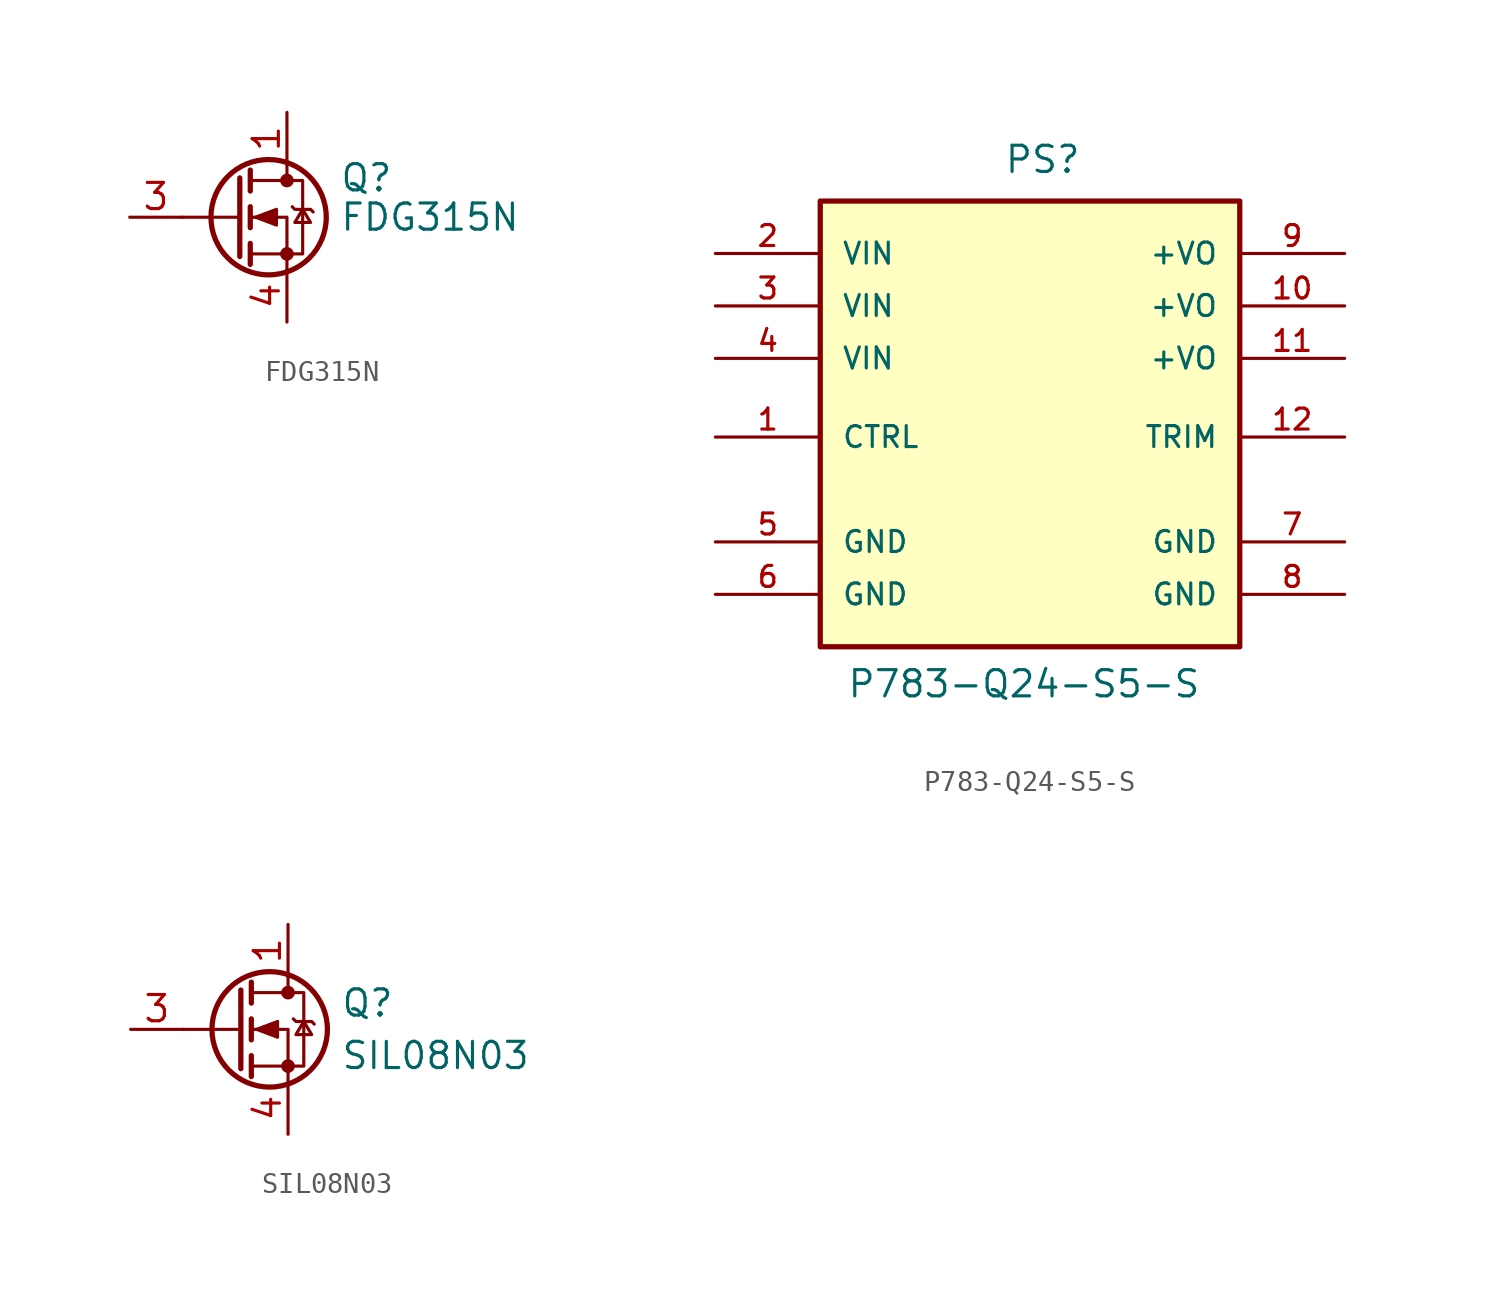
<source format=kicad_sym>
(kicad_symbol_lib
  (version 20211014)
  (generator kicad_symbol_editor)
  (symbol "FDG315N"
    (pin_names hide)
    (property "Reference" "Q"
      (at 5.08 1.905 0)
      (effects (font (size 1.27 1.27)) (justify left)))
    (property "Value" "FDG315N"
      (at 5.08 0 0)
      (effects (font (size 1.27 1.27)) (justify left)))
    (symbol "FDG315N_0_1"
      (polyline (pts (xy 0.254 0) (xy -2.54 0)) (stroke (width 0) (type default) (color 0 0 0 0)) (fill (type none)))
      (polyline (pts (xy 0.254 1.905) (xy 0.254 -1.905)) (stroke (width 0.254) (type default) (color 0 0 0 0)) (fill (type none)))
      (polyline (pts (xy 0.762 -1.27) (xy 0.762 -2.286)) (stroke (width 0.254) (type default) (color 0 0 0 0)) (fill (type none)))
      (polyline (pts (xy 0.762 0.508) (xy 0.762 -0.508)) (stroke (width 0.254) (type default) (color 0 0 0 0)) (fill (type none)))
      (polyline (pts (xy 0.762 2.286) (xy 0.762 1.27)) (stroke (width 0.254) (type default) (color 0 0 0 0)) (fill (type none)))
      (polyline (pts (xy 2.54 2.54) (xy 2.54 1.778)) (stroke (width 0) (type default) (color 0 0 0 0)) (fill (type none)))
      (polyline (pts (xy 2.54 -2.54) (xy 2.54 0) (xy 0.762 0)) (stroke (width 0) (type default) (color 0 0 0 0)) (fill (type none)))
      (polyline (pts (xy 0.762 -1.778) (xy 3.302 -1.778) (xy 3.302 1.778) (xy 0.762 1.778)) (stroke (width 0) (type default) (color 0 0 0 0)) (fill (type none)))
      (polyline (pts (xy 1.016 0) (xy 2.032 0.381) (xy 2.032 -0.381) (xy 1.016 0)) (stroke (width 0) (type default) (color 0 0 0 0)) (fill (type outline)))
      (polyline (pts (xy 2.794 0.508) (xy 2.921 0.381) (xy 3.683 0.381) (xy 3.81 0.254)) (stroke (width 0) (type default) (color 0 0 0 0)) (fill (type none)))
      (polyline (pts (xy 3.302 0.381) (xy 2.921 -0.254) (xy 3.683 -0.254) (xy 3.302 0.381)) (stroke (width 0) (type default) (color 0 0 0 0)) (fill (type none)))
      (circle (center 1.651 0) (radius 2.794) (stroke (width 0.254) (type default) (color 0 0 0 0)) (fill (type none)))
      (circle (center 2.54 -1.778) (radius 0.254) (stroke (width 0) (type default) (color 0 0 0 0)) (fill (type outline)))
      (circle (center 2.54 1.778) (radius 0.254) (stroke (width 0) (type default) (color 0 0 0 0)) (fill (type outline))))
    (symbol "FDG315N_1_0"
      (pin passive line (at 2.54 5.08 270) (length 2.54) (name "D" (effects (font (size 1.27 1.27)))) (number "1" (effects (font (size 1.27 1.27)))))
      (pin passive line (at 2.54 5.08 270) (length 2.54) hide (name "D" (effects (font (size 1.27 1.27)))) (number "2" (effects (font (size 1.27 1.27)))))
      (pin passive line (at 2.54 5.08 270) (length 2.54) hide (name "D" (effects (font (size 1.27 1.27)))) (number "5" (effects (font (size 1.27 1.27))))))
    (symbol "FDG315N_1_1"
      (pin passive line (at -5.08 0 0) (length 2.54) (name "G" (effects (font (size 1.27 1.27)))) (number "3" (effects (font (size 1.27 1.27)))))
      (pin passive line (at 2.54 -5.08 90) (length 2.54) (name "S" (effects (font (size 1.27 1.27)))) (number "4" (effects (font (size 1.27 1.27)))))
      (pin passive line (at 2.54 5.08 270) (length 2.54) hide (name "D" (effects (font (size 1.27 1.27)))) (number "6" (effects (font (size 1.27 1.27)))))))
  (symbol "P783-Q24-S5-S"
    (pin_names
      (offset 1.016))
    (property "Reference" "PS"
      (at -1.27 12.7 0)
      (effects (font (size 1.27 1.27)) (justify left bottom)))
    (property "Value" "P783-Q24-S5-S"
      (at -8.89 -12.7 0)
      (effects (font (size 1.27 1.27)) (justify left bottom)))
    (symbol "P783-Q24-S5-S_0_0"
      (rectangle (start -10.16 11.43) (end 10.16 -10.16) (stroke (width 0.254) (type default) (color 0 0 0 0)) (fill (type background)))
      (pin input line (at -15.24 0 0) (length 5.08) (name "CTRL" (effects (font (size 1.016 1.016)))) (number "1" (effects (font (size 1.016 1.016)))))
      (pin output line (at 15.24 6.35 180) (length 5.08) (name "+VO" (effects (font (size 1.016 1.016)))) (number "10" (effects (font (size 1.016 1.016)))))
      (pin output line (at 15.24 3.81 180) (length 5.08) (name "+VO" (effects (font (size 1.016 1.016)))) (number "11" (effects (font (size 1.016 1.016)))))
      (pin passive line (at 15.24 0 180) (length 5.08) (name "TRIM" (effects (font (size 1.016 1.016)))) (number "12" (effects (font (size 1.016 1.016)))))
      (pin input line (at -15.24 8.89 0) (length 5.08) (name "VIN" (effects (font (size 1.016 1.016)))) (number "2" (effects (font (size 1.016 1.016)))))
      (pin input line (at -15.24 6.35 0) (length 5.08) (name "VIN" (effects (font (size 1.016 1.016)))) (number "3" (effects (font (size 1.016 1.016)))))
      (pin input line (at -15.24 3.81 0) (length 5.08) (name "VIN" (effects (font (size 1.016 1.016)))) (number "4" (effects (font (size 1.016 1.016)))))
      (pin power_in line (at -15.24 -5.08 0) (length 5.08) (name "GND" (effects (font (size 1.016 1.016)))) (number "5" (effects (font (size 1.016 1.016)))))
      (pin power_in line (at -15.24 -7.62 0) (length 5.08) (name "GND" (effects (font (size 1.016 1.016)))) (number "6" (effects (font (size 1.016 1.016)))))
      (pin power_in line (at 15.24 -5.08 180) (length 5.08) (name "GND" (effects (font (size 1.016 1.016)))) (number "7" (effects (font (size 1.016 1.016)))))
      (pin power_in line (at 15.24 -7.62 180) (length 5.08) (name "GND" (effects (font (size 1.016 1.016)))) (number "8" (effects (font (size 1.016 1.016)))))
      (pin output line (at 15.24 8.89 180) (length 5.08) (name "+VO" (effects (font (size 1.016 1.016)))) (number "9" (effects (font (size 1.016 1.016)))))))
  (symbol "SIL08N03"
    (pin_names
      (offset 0) hide)
    (property "Reference" "Q"
      (at 5.08 1.27 0)
      (effects (font (size 1.27 1.27)) (justify left)))
    (property "Value" "SIL08N03"
      (at 5.08 -1.27 0)
      (effects (font (size 1.27 1.27)) (justify left)))
    (symbol "SIL08N03_0_1"
      (polyline (pts (xy 0.254 0) (xy -2.54 0)) (stroke (width 0) (type default) (color 0 0 0 0)) (fill (type none)))
      (polyline (pts (xy 0.254 1.905) (xy 0.254 -1.905)) (stroke (width 0.254) (type default) (color 0 0 0 0)) (fill (type none)))
      (polyline (pts (xy 0.762 -1.27) (xy 0.762 -2.286)) (stroke (width 0.254) (type default) (color 0 0 0 0)) (fill (type none)))
      (polyline (pts (xy 0.762 0.508) (xy 0.762 -0.508)) (stroke (width 0.254) (type default) (color 0 0 0 0)) (fill (type none)))
      (polyline (pts (xy 0.762 2.286) (xy 0.762 1.27)) (stroke (width 0.254) (type default) (color 0 0 0 0)) (fill (type none)))
      (polyline (pts (xy 2.54 2.54) (xy 2.54 1.778)) (stroke (width 0) (type default) (color 0 0 0 0)) (fill (type none)))
      (polyline (pts (xy 2.54 -2.54) (xy 2.54 0) (xy 0.762 0)) (stroke (width 0) (type default) (color 0 0 0 0)) (fill (type none)))
      (polyline (pts (xy 0.762 -1.778) (xy 3.302 -1.778) (xy 3.302 1.778) (xy 0.762 1.778)) (stroke (width 0) (type default) (color 0 0 0 0)) (fill (type none)))
      (polyline (pts (xy 1.016 0) (xy 2.032 0.381) (xy 2.032 -0.381) (xy 1.016 0)) (stroke (width 0) (type default) (color 0 0 0 0)) (fill (type outline)))
      (polyline (pts (xy 2.794 0.508) (xy 2.921 0.381) (xy 3.683 0.381) (xy 3.81 0.254)) (stroke (width 0) (type default) (color 0 0 0 0)) (fill (type none)))
      (polyline (pts (xy 3.302 0.381) (xy 2.921 -0.254) (xy 3.683 -0.254) (xy 3.302 0.381)) (stroke (width 0) (type default) (color 0 0 0 0)) (fill (type none)))
      (circle (center 1.651 0) (radius 2.794) (stroke (width 0.254) (type default) (color 0 0 0 0)) (fill (type none)))
      (circle (center 2.54 -1.778) (radius 0.254) (stroke (width 0) (type default) (color 0 0 0 0)) (fill (type outline)))
      (circle (center 2.54 1.778) (radius 0.254) (stroke (width 0) (type default) (color 0 0 0 0)) (fill (type outline))))
    (symbol "SIL08N03_1_1"
      (pin passive line (at 2.54 5.08 270) (length 2.54) (name "D" (effects (font (size 1.27 1.27)))) (number "1" (effects (font (size 1.27 1.27)))))
      (pin passive line (at 2.54 5.08 270) (length 2.54) hide (name "D" (effects (font (size 1.27 1.27)))) (number "2" (effects (font (size 1.27 1.27)))))
      (pin input line (at -5.08 0 0) (length 2.54) (name "G" (effects (font (size 1.27 1.27)))) (number "3" (effects (font (size 1.27 1.27)))))
      (pin passive line (at 2.54 -5.08 90) (length 2.54) (name "S" (effects (font (size 1.27 1.27)))) (number "4" (effects (font (size 1.27 1.27)))))
      (pin passive line (at 2.54 5.08 270) (length 2.54) hide (name "D" (effects (font (size 1.27 1.27)))) (number "5" (effects (font (size 1.27 1.27)))))
      (pin passive line (at 2.54 5.08 270) (length 2.54) hide (name "D" (effects (font (size 1.27 1.27)))) (number "6" (effects (font (size 1.27 1.27))))))))
</source>
